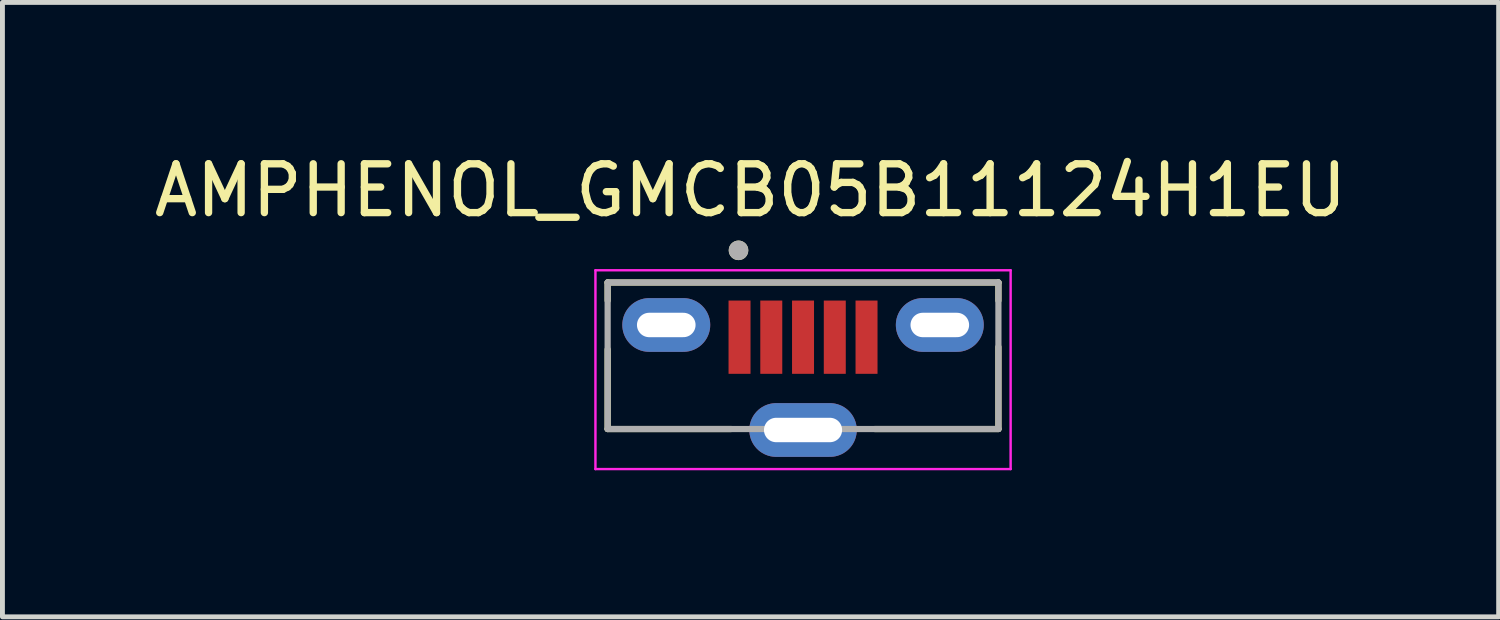
<source format=kicad_pcb>
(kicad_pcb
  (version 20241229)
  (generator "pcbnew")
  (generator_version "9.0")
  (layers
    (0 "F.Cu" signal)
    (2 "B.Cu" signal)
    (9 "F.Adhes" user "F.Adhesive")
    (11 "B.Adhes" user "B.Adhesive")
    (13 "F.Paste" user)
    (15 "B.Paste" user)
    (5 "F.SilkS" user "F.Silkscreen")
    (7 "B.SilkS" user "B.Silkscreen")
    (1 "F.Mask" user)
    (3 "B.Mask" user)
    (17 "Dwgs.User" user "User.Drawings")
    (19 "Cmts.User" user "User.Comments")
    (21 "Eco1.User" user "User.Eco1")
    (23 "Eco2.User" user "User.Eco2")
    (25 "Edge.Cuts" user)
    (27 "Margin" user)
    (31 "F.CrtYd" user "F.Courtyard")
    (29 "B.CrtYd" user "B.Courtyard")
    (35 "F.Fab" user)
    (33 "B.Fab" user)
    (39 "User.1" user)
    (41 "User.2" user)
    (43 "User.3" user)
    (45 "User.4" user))
  (footprint "AMPHENOL_GMCB05B11124H1EU"
    (layer "F.Cu")
    (at 13.39 3.603)
    (property "Reference" "AMPHENOL_GMCB05B11124H1EU" (at -1.075 -2.755 0) (layer "F.SilkS") (effects (font (size 1 1) (thickness 0.15))))
    (attr through_hole)
    (fp_line (start -4 -0.87) (end 4 -0.87) (stroke (width 0.127) (type solid)) (layer "F.SilkS"))
    (fp_line (start -4 -0.5) (end -4 -0.87) (stroke (width 0.127) (type solid)) (layer "F.SilkS"))
    (fp_line (start -4 2.13) (end -4 0.5) (stroke (width 0.127) (type solid)) (layer "F.SilkS"))
    (fp_line (start -1.47 2.13) (end -4 2.13) (stroke (width 0.127) (type solid)) (layer "F.SilkS"))
    (fp_line (start 4 -0.87) (end 4 -0.5) (stroke (width 0.127) (type solid)) (layer "F.SilkS"))
    (fp_line (start 4 0.45) (end 4 2.13) (stroke (width 0.127) (type solid)) (layer "F.SilkS"))
    (fp_line (start 4 2.13) (end 1.47 2.13) (stroke (width 0.127) (type solid)) (layer "F.SilkS"))
    (fp_circle (center -1.321 -1.528) (end -1.221 -1.528) (stroke (width 0.2) (type solid)) (fill no) (layer "F.SilkS"))
    (fp_line (start -4.25 -1.12) (end -4.25 2.95) (stroke (width 0.05) (type solid)) (layer "F.CrtYd"))
    (fp_line (start -4.25 2.95) (end 4.25 2.95) (stroke (width 0.05) (type solid)) (layer "F.CrtYd"))
    (fp_line (start 4.25 -1.12) (end -4.25 -1.12) (stroke (width 0.05) (type solid)) (layer "F.CrtYd"))
    (fp_line (start 4.25 2.95) (end 4.25 -1.12) (stroke (width 0.05) (type solid)) (layer "F.CrtYd"))
    (fp_line (start -4 -0.87) (end 4 -0.87) (stroke (width 0.127) (type solid)) (layer "F.Fab"))
    (fp_line (start -4 2.13) (end -4 -0.87) (stroke (width 0.127) (type solid)) (layer "F.Fab"))
    (fp_line (start 4 -0.87) (end 4 2.13) (stroke (width 0.127) (type solid)) (layer "F.Fab"))
    (fp_line (start 4 2.13) (end -4 2.13) (stroke (width 0.127) (type solid)) (layer "F.Fab"))
    (fp_circle (center -1.321 -1.528) (end -1.221 -1.528) (stroke (width 0.2) (type solid)) (fill no) (layer "F.Fab"))
    (pad "1" smd rect (at -1.3 0.25) (size 0.45 1.5) (layers "F.Cu" "F.Mask" "F.Paste"))
    (pad "2" smd rect (at -0.65 0.25) (size 0.45 1.5) (layers "F.Cu" "F.Mask" "F.Paste"))
    (pad "3" smd rect (at 0 0.25) (size 0.45 1.5) (layers "F.Cu" "F.Mask" "F.Paste"))
    (pad "4" smd rect (at 0.65 0.25) (size 0.45 1.5) (layers "F.Cu" "F.Mask" "F.Paste"))
    (pad "5" smd rect (at 1.3 0.25) (size 0.45 1.5) (layers "F.Cu" "F.Mask" "F.Paste"))
    (pad "S1" thru_hole oval (at -2.8 0) (size 1.8 1.1) (drill oval 1.2 0.5) (layers "*.Cu" "*.Mask"))
    (pad "S2" thru_hole oval (at 0 2.15) (size 2.2 1.1) (drill oval 1.6 0.5) (layers "*.Cu" "*.Mask"))
    (pad "S3" thru_hole oval (at 2.8 0) (size 1.8 1.1) (drill oval 1.2 0.5) (layers "*.Cu" "*.Mask")))
  (gr_rect
    (start -3 -3)
    (end 27.631 9.578)
    (stroke (width 0.1) (type default))
    (fill no)
    (layer "Edge.Cuts")))
</source>
